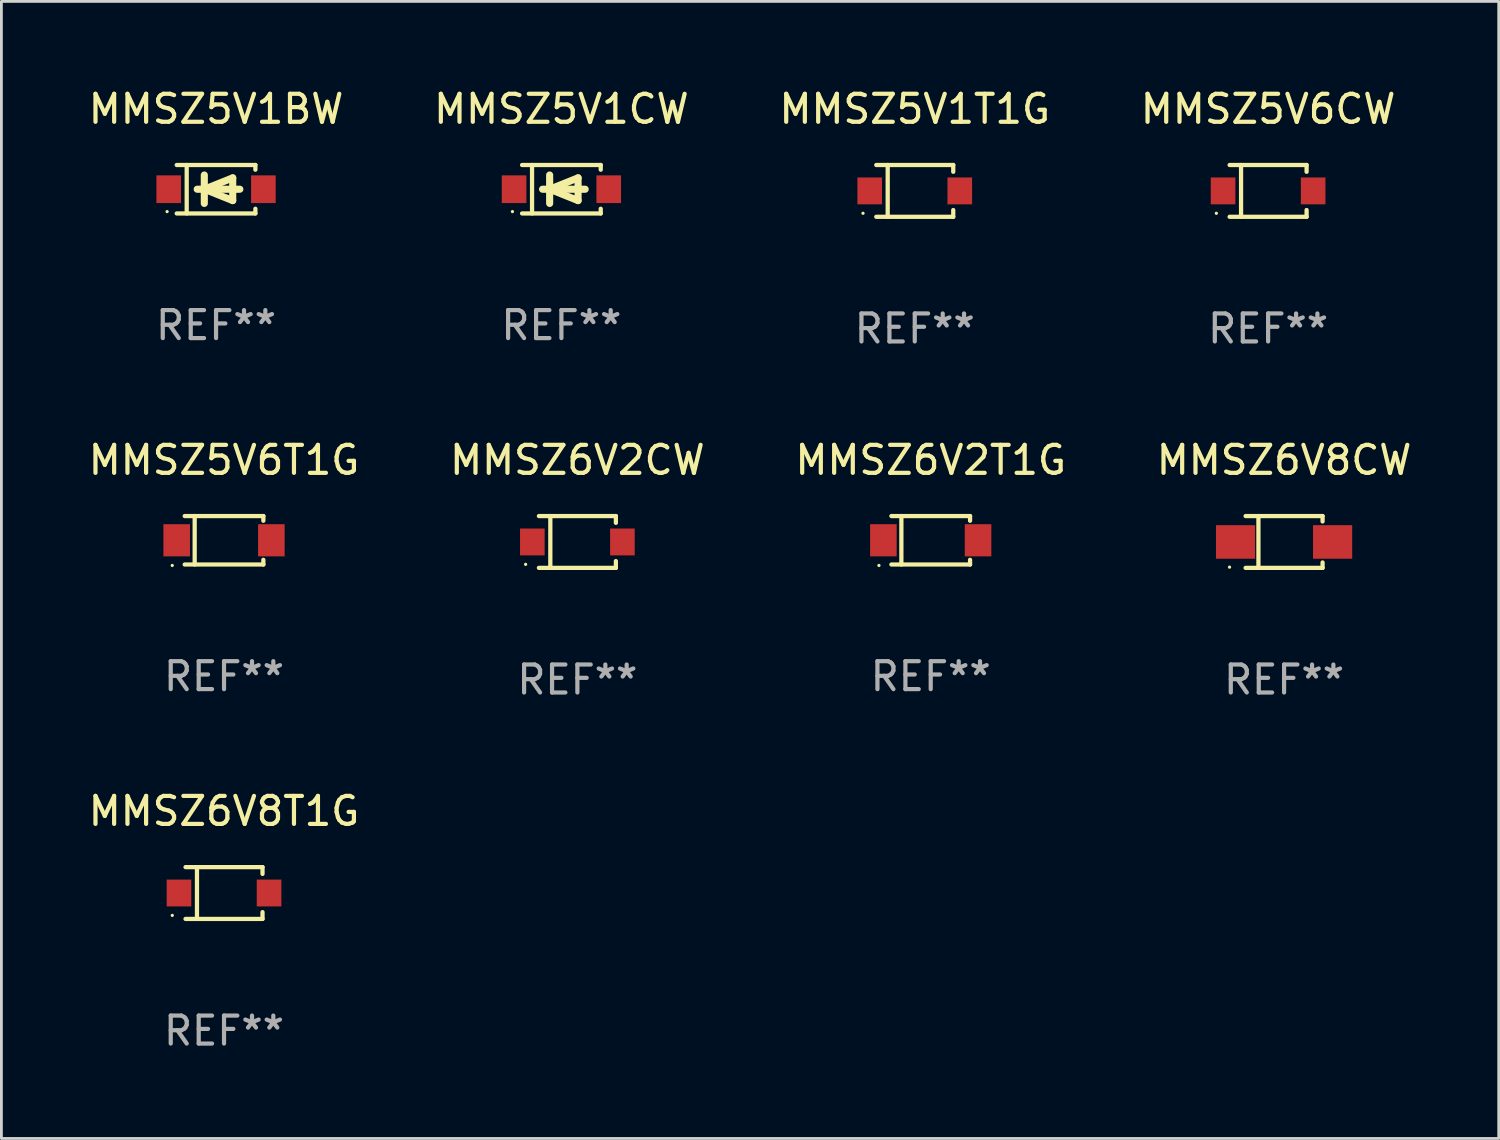
<source format=kicad_pcb>
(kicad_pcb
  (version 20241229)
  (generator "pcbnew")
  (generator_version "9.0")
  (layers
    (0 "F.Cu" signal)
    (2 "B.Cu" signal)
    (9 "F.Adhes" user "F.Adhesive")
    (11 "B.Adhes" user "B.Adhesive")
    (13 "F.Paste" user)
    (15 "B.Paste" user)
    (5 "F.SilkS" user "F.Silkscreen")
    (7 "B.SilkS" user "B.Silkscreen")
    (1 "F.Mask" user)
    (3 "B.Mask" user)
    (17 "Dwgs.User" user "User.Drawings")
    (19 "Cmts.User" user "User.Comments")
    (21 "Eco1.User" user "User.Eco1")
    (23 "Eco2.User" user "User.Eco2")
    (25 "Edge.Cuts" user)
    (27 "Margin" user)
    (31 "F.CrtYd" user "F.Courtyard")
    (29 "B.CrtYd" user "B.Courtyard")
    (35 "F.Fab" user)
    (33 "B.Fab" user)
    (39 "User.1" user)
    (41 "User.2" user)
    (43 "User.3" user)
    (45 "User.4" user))
  (footprint "MMSZ6V8T1G"
    (layer "F.Cu")
    (at 4.958 28.872)
    (property "Reference" "MMSZ6V8T1G" (at 0 -2.926 0) (layer "F.SilkS") (effects (font (size 1 1) (thickness 0.15))))
    (attr through_hole)
    (fp_line (start -1.376 -0.926) (end 1.376 -0.926) (stroke (width 0.152) (type solid)) (layer "F.SilkS"))
    (fp_line (start -1.376 0.926) (end 1.376 0.926) (stroke (width 0.152) (type solid)) (layer "F.SilkS"))
    (fp_line (start -0.967 -0.926) (end -0.967 0.926) (stroke (width 0.152) (type solid)) (layer "F.SilkS"))
    (fp_line (start 1.376 -0.926) (end 1.376 -0.683) (stroke (width 0.152) (type solid)) (layer "F.SilkS"))
    (fp_line (start 1.376 0.926) (end 1.376 0.683) (stroke (width 0.152) (type solid)) (layer "F.SilkS"))
    (fp_circle (center -1.85 0.8) (end -1.82 0.8) (stroke (width 0.06) (type solid)) (fill no) (layer "F.SilkS"))
    (fp_text user "REF**" (at 0 4.926 0) (layer "F.Fab") (effects (font (size 1 1) (thickness 0.15))))
    (pad "1" smd rect (at -1.61 0) (size 0.88 0.96) (layers "F.Cu" "F.Mask" "F.Paste"))
    (pad "2" smd rect (at 1.61 0) (size 0.88 0.96) (layers "F.Cu" "F.Mask" "F.Paste")))
  (footprint "MMSZ6V2CW"
    (layer "F.Cu")
    (at 17.589 16.323)
    (property "Reference" "MMSZ6V2CW" (at 0 -2.926 0) (layer "F.SilkS") (effects (font (size 1 1) (thickness 0.15))))
    (attr through_hole)
    (fp_line (start -1.376 -0.926) (end 1.376 -0.926) (stroke (width 0.152) (type solid)) (layer "F.SilkS"))
    (fp_line (start -1.376 0.926) (end 1.376 0.926) (stroke (width 0.152) (type solid)) (layer "F.SilkS"))
    (fp_line (start -0.967 -0.926) (end -0.967 0.926) (stroke (width 0.152) (type solid)) (layer "F.SilkS"))
    (fp_line (start 1.376 -0.926) (end 1.376 -0.683) (stroke (width 0.152) (type solid)) (layer "F.SilkS"))
    (fp_line (start 1.376 0.926) (end 1.376 0.683) (stroke (width 0.152) (type solid)) (layer "F.SilkS"))
    (fp_circle (center -1.85 0.8) (end -1.82 0.8) (stroke (width 0.06) (type solid)) (fill no) (layer "F.SilkS"))
    (fp_text user "REF**" (at 0 4.926 0) (layer "F.Fab") (effects (font (size 1 1) (thickness 0.15))))
    (pad "1" smd rect (at -1.61 0) (size 0.88 0.96) (layers "F.Cu" "F.Mask" "F.Paste"))
    (pad "2" smd rect (at 1.61 0) (size 0.88 0.96) (layers "F.Cu" "F.Mask" "F.Paste")))
  (footprint "MMSZ5V1T1G"
    (layer "F.Cu")
    (at 29.649 3.774)
    (property "Reference" "MMSZ5V1T1G" (at 0 -2.926 0) (layer "F.SilkS") (effects (font (size 1 1) (thickness 0.15))))
    (attr through_hole)
    (fp_line (start -1.376 -0.926) (end 1.376 -0.926) (stroke (width 0.152) (type solid)) (layer "F.SilkS"))
    (fp_line (start -1.376 0.926) (end 1.376 0.926) (stroke (width 0.152) (type solid)) (layer "F.SilkS"))
    (fp_line (start -0.967 -0.926) (end -0.967 0.926) (stroke (width 0.152) (type solid)) (layer "F.SilkS"))
    (fp_line (start 1.376 -0.926) (end 1.376 -0.683) (stroke (width 0.152) (type solid)) (layer "F.SilkS"))
    (fp_line (start 1.376 0.926) (end 1.376 0.683) (stroke (width 0.152) (type solid)) (layer "F.SilkS"))
    (fp_circle (center -1.85 0.8) (end -1.82 0.8) (stroke (width 0.06) (type solid)) (fill no) (layer "F.SilkS"))
    (fp_text user "REF**" (at 0 4.926 0) (layer "F.Fab") (effects (font (size 1 1) (thickness 0.15))))
    (pad "1" smd rect (at -1.61 0) (size 0.88 0.96) (layers "F.Cu" "F.Mask" "F.Paste"))
    (pad "2" smd rect (at 1.61 0) (size 0.88 0.96) (layers "F.Cu" "F.Mask" "F.Paste")))
  (footprint "MMSZ5V1BW"
    (layer "F.Cu")
    (at 4.673 3.714)
    (property "Reference" "MMSZ5V1BW" (at 0 -2.866 0) (layer "F.SilkS") (effects (font (size 1 1) (thickness 0.15))))
    (attr through_hole)
    (fp_line (start -1.406 -0.866) (end 1.406 -0.866) (stroke (width 0.152) (type solid)) (layer "F.SilkS"))
    (fp_line (start -1.406 0.866) (end 1.406 0.866) (stroke (width 0.152) (type solid)) (layer "F.SilkS"))
    (fp_line (start -1.049 -0.866) (end -1.049 0.866) (stroke (width 0.152) (type solid)) (layer "F.SilkS"))
    (fp_line (start -0.674 0) (end 0.85 0) (stroke (width 0.254) (type solid)) (layer "F.SilkS"))
    (fp_line (start -0.42 -0.508) (end -0.42 0.508) (stroke (width 0.254) (type solid)) (layer "F.SilkS"))
    (fp_line (start -0.42 0) (end 0.596 -0.406) (stroke (width 0.254) (type solid)) (layer "F.SilkS"))
    (fp_line (start 0.596 -0.406) (end 0.596 0.406) (stroke (width 0.254) (type solid)) (layer "F.SilkS"))
    (fp_line (start 0.596 0.406) (end -0.42 0) (stroke (width 0.254) (type solid)) (layer "F.SilkS"))
    (fp_line (start 1.406 -0.866) (end 1.406 -0.698) (stroke (width 0.152) (type solid)) (layer "F.SilkS"))
    (fp_line (start 1.406 0.866) (end 1.406 0.698) (stroke (width 0.152) (type solid)) (layer "F.SilkS"))
    (fp_circle (center -1.75 0.8) (end -1.72 0.8) (stroke (width 0.06) (type solid)) (fill no) (layer "F.SilkS"))
    (fp_text user "REF**" (at 0 4.866 0) (layer "F.Fab") (effects (font (size 1 1) (thickness 0.15))))
    (pad "1" smd rect (at -1.692 0) (size 0.88 0.99) (layers "F.Cu" "F.Mask" "F.Paste"))
    (pad "2" smd rect (at 1.692 0) (size 0.88 0.99) (layers "F.Cu" "F.Mask" "F.Paste")))
  (footprint "MMSZ6V8CW"
    (layer "F.Cu")
    (at 42.851 16.323)
    (property "Reference" "MMSZ6V8CW" (at 0 -2.926 0) (layer "F.SilkS") (effects (font (size 1 1) (thickness 0.15))))
    (attr through_hole)
    (fp_line (start -1.376 -0.926) (end 1.376 -0.926) (stroke (width 0.152) (type solid)) (layer "F.SilkS"))
    (fp_line (start -1.376 0.926) (end 1.376 0.926) (stroke (width 0.152) (type solid)) (layer "F.SilkS"))
    (fp_line (start -0.917 -0.876) (end -0.917 0.876) (stroke (width 0.152) (type solid)) (layer "F.SilkS"))
    (fp_line (start 1.376 -0.926) (end 1.376 -0.733) (stroke (width 0.152) (type solid)) (layer "F.SilkS"))
    (fp_line (start 1.376 0.926) (end 1.376 0.733) (stroke (width 0.152) (type solid)) (layer "F.SilkS"))
    (fp_circle (center -1.95 0.9) (end -1.92 0.9) (stroke (width 0.06) (type solid)) (fill no) (layer "F.SilkS"))
    (fp_text user "REF**" (at 0 4.926 0) (layer "F.Fab") (effects (font (size 1 1) (thickness 0.15))))
    (pad "1" smd rect (at -1.735 0) (size 1.4 1.2) (layers "F.Cu" "F.Mask" "F.Paste"))
    (pad "2" smd rect (at 1.735 0) (size 1.4 1.2) (layers "F.Cu" "F.Mask" "F.Paste")))
  (footprint "MMSZ5V6CW"
    (layer "F.Cu")
    (at 42.28 3.774)
    (property "Reference" "MMSZ5V6CW" (at 0 -2.926 0) (layer "F.SilkS") (effects (font (size 1 1) (thickness 0.15))))
    (attr through_hole)
    (fp_line (start -1.376 -0.926) (end 1.376 -0.926) (stroke (width 0.152) (type solid)) (layer "F.SilkS"))
    (fp_line (start -1.376 0.926) (end 1.376 0.926) (stroke (width 0.152) (type solid)) (layer "F.SilkS"))
    (fp_line (start -0.967 -0.926) (end -0.967 0.926) (stroke (width 0.152) (type solid)) (layer "F.SilkS"))
    (fp_line (start 1.376 -0.926) (end 1.376 -0.683) (stroke (width 0.152) (type solid)) (layer "F.SilkS"))
    (fp_line (start 1.376 0.926) (end 1.376 0.683) (stroke (width 0.152) (type solid)) (layer "F.SilkS"))
    (fp_circle (center -1.85 0.8) (end -1.82 0.8) (stroke (width 0.06) (type solid)) (fill no) (layer "F.SilkS"))
    (fp_text user "REF**" (at 0 4.926 0) (layer "F.Fab") (effects (font (size 1 1) (thickness 0.15))))
    (pad "1" smd rect (at -1.61 0) (size 0.88 0.96) (layers "F.Cu" "F.Mask" "F.Paste"))
    (pad "2" smd rect (at 1.61 0) (size 0.88 0.96) (layers "F.Cu" "F.Mask" "F.Paste")))
  (footprint "MMSZ5V6T1G"
    (layer "F.Cu")
    (at 4.958 16.263)
    (property "Reference" "MMSZ5V6T1G" (at 0 -2.866 0) (layer "F.SilkS") (effects (font (size 1 1) (thickness 0.15))))
    (attr through_hole)
    (fp_line (start -1.406 -0.866) (end 1.406 -0.866) (stroke (width 0.152) (type solid)) (layer "F.SilkS"))
    (fp_line (start -1.406 0.866) (end 1.406 0.866) (stroke (width 0.152) (type solid)) (layer "F.SilkS"))
    (fp_line (start -1.049 -0.866) (end -1.049 0.866) (stroke (width 0.152) (type solid)) (layer "F.SilkS"))
    (fp_line (start 1.406 -0.866) (end 1.406 -0.698) (stroke (width 0.152) (type solid)) (layer "F.SilkS"))
    (fp_line (start 1.406 0.866) (end 1.406 0.698) (stroke (width 0.152) (type solid)) (layer "F.SilkS"))
    (fp_circle (center -1.851 0.9) (end -1.821 0.9) (stroke (width 0.06) (type solid)) (fill no) (layer "F.SilkS"))
    (fp_text user "REF**" (at 0 4.866 0) (layer "F.Fab") (effects (font (size 1 1) (thickness 0.15))))
    (pad "1" smd rect (at -1.692 0) (size 0.95 1.15) (layers "F.Cu" "F.Mask" "F.Paste"))
    (pad "2" smd rect (at 1.692 0) (size 0.95 1.15) (layers "F.Cu" "F.Mask" "F.Paste")))
  (footprint "MMSZ5V1CW"
    (layer "F.Cu")
    (at 17.018 3.714)
    (property "Reference" "MMSZ5V1CW" (at 0 -2.866 0) (layer "F.SilkS") (effects (font (size 1 1) (thickness 0.15))))
    (attr through_hole)
    (fp_line (start -1.406 -0.866) (end 1.406 -0.866) (stroke (width 0.152) (type solid)) (layer "F.SilkS"))
    (fp_line (start -1.406 0.866) (end 1.406 0.866) (stroke (width 0.152) (type solid)) (layer "F.SilkS"))
    (fp_line (start -1.049 -0.866) (end -1.049 0.866) (stroke (width 0.152) (type solid)) (layer "F.SilkS"))
    (fp_line (start -0.674 0) (end 0.85 0) (stroke (width 0.254) (type solid)) (layer "F.SilkS"))
    (fp_line (start -0.42 -0.508) (end -0.42 0.508) (stroke (width 0.254) (type solid)) (layer "F.SilkS"))
    (fp_line (start -0.42 0) (end 0.596 -0.406) (stroke (width 0.254) (type solid)) (layer "F.SilkS"))
    (fp_line (start 0.596 -0.406) (end 0.596 0.406) (stroke (width 0.254) (type solid)) (layer "F.SilkS"))
    (fp_line (start 0.596 0.406) (end -0.42 0) (stroke (width 0.254) (type solid)) (layer "F.SilkS"))
    (fp_line (start 1.406 -0.866) (end 1.406 -0.698) (stroke (width 0.152) (type solid)) (layer "F.SilkS"))
    (fp_line (start 1.406 0.866) (end 1.406 0.698) (stroke (width 0.152) (type solid)) (layer "F.SilkS"))
    (fp_circle (center -1.75 0.8) (end -1.72 0.8) (stroke (width 0.06) (type solid)) (fill no) (layer "F.SilkS"))
    (fp_text user "REF**" (at 0 4.866 0) (layer "F.Fab") (effects (font (size 1 1) (thickness 0.15))))
    (pad "1" smd rect (at -1.692 0) (size 0.88 0.99) (layers "F.Cu" "F.Mask" "F.Paste"))
    (pad "2" smd rect (at 1.692 0) (size 0.88 0.99) (layers "F.Cu" "F.Mask" "F.Paste")))
  (footprint "MMSZ6V2T1G"
    (layer "F.Cu")
    (at 30.22 16.263)
    (property "Reference" "MMSZ6V2T1G" (at 0 -2.866 0) (layer "F.SilkS") (effects (font (size 1 1) (thickness 0.15))))
    (attr through_hole)
    (fp_line (start -1.406 -0.866) (end 1.406 -0.866) (stroke (width 0.152) (type solid)) (layer "F.SilkS"))
    (fp_line (start -1.406 0.866) (end 1.406 0.866) (stroke (width 0.152) (type solid)) (layer "F.SilkS"))
    (fp_line (start -1.049 -0.866) (end -1.049 0.866) (stroke (width 0.152) (type solid)) (layer "F.SilkS"))
    (fp_line (start 1.406 -0.866) (end 1.406 -0.698) (stroke (width 0.152) (type solid)) (layer "F.SilkS"))
    (fp_line (start 1.406 0.866) (end 1.406 0.698) (stroke (width 0.152) (type solid)) (layer "F.SilkS"))
    (fp_circle (center -1.851 0.9) (end -1.821 0.9) (stroke (width 0.06) (type solid)) (fill no) (layer "F.SilkS"))
    (fp_text user "REF**" (at 0 4.866 0) (layer "F.Fab") (effects (font (size 1 1) (thickness 0.15))))
    (pad "1" smd rect (at -1.692 0) (size 0.95 1.15) (layers "F.Cu" "F.Mask" "F.Paste"))
    (pad "2" smd rect (at 1.692 0) (size 0.95 1.15) (layers "F.Cu" "F.Mask" "F.Paste")))
  (gr_rect
    (start -3 -3)
    (end 50.524 37.647)
    (stroke (width 0.1) (type default))
    (fill no)
    (layer "Edge.Cuts")))
</source>
